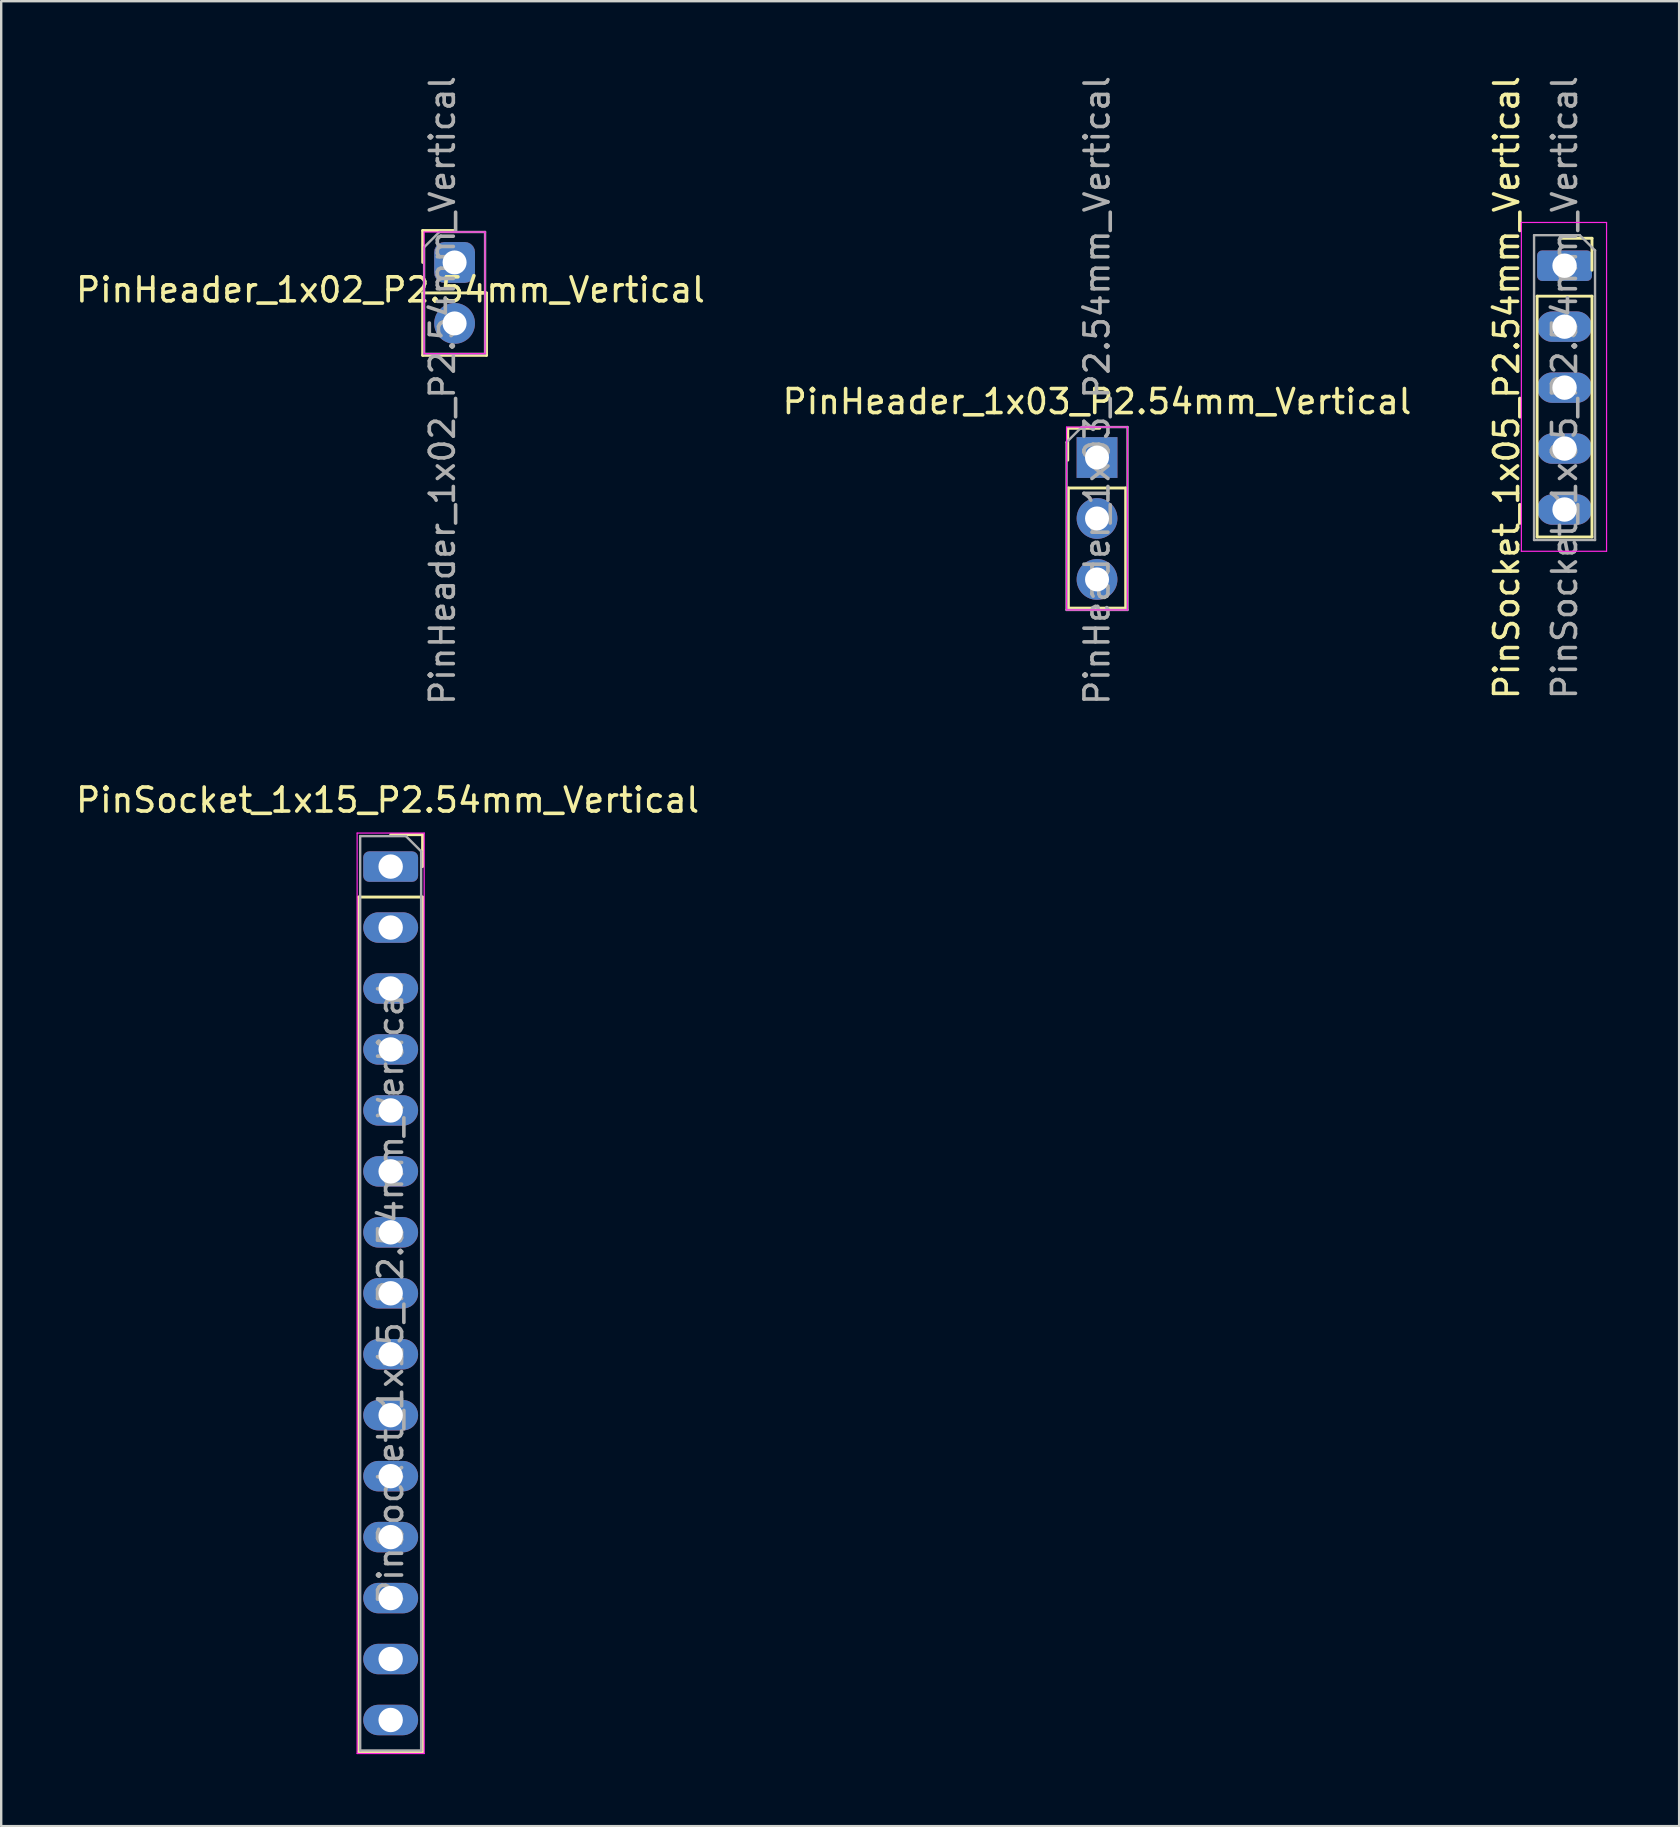
<source format=kicad_pcb>
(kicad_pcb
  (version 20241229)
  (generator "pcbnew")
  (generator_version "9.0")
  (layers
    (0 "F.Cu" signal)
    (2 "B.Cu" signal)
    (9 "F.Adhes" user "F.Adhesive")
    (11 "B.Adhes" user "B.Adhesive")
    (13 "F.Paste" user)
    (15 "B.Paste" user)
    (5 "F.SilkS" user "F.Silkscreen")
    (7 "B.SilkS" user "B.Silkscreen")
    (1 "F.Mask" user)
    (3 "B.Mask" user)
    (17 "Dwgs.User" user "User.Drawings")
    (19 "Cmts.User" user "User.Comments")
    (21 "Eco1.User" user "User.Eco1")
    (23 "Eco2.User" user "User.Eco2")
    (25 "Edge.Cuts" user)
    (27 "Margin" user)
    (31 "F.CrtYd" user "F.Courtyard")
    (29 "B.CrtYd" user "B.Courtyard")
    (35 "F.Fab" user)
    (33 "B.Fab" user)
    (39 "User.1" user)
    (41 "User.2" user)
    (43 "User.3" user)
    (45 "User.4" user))
  (footprint "PinHeader_1x03_P2.54mm_Vertical"
    (layer "F.Cu")
    (at 42.661 16.014)
    (property "Reference" "PinHeader_1x03_P2.54mm_Vertical" (at 0 -2.33 180) (layer "F.SilkS") (effects (font (size 1 1) (thickness 0.15))))
    (attr through_hole)
    (fp_line (start -1.219 -1.219) (end 0.111 -1.219) (stroke (width 0.12) (type solid)) (layer "F.SilkS"))
    (fp_line (start -1.219 0.111) (end -1.219 -1.219) (stroke (width 0.12) (type solid)) (layer "F.SilkS"))
    (fp_line (start -1.194 1.27) (end -1.194 6.274) (stroke (width 0.12) (type solid)) (layer "F.SilkS"))
    (fp_line (start -1.194 1.27) (end 1.194 1.27) (stroke (width 0.12) (type solid)) (layer "F.SilkS"))
    (fp_line (start -1.194 6.274) (end 1.194 6.274) (stroke (width 0.12) (type solid)) (layer "F.SilkS"))
    (fp_line (start 1.194 1.27) (end 1.194 6.274) (stroke (width 0.12) (type solid)) (layer "F.SilkS"))
    (fp_line (start -1.27 -1.27) (end -1.27 6.35) (stroke (width 0.05) (type solid)) (layer "F.CrtYd"))
    (fp_line (start -1.27 6.35) (end 1.27 6.35) (stroke (width 0.05) (type solid)) (layer "F.CrtYd"))
    (fp_line (start 1.27 -1.27) (end -1.27 -1.27) (stroke (width 0.05) (type solid)) (layer "F.CrtYd"))
    (fp_line (start 1.27 6.35) (end 1.27 -1.27) (stroke (width 0.05) (type solid)) (layer "F.CrtYd"))
    (fp_line (start -1.27 -0.635) (end -0.635 -1.27) (stroke (width 0.1) (type solid)) (layer "F.Fab"))
    (fp_line (start -1.27 6.35) (end -1.27 -0.635) (stroke (width 0.1) (type solid)) (layer "F.Fab"))
    (fp_line (start -0.635 -1.27) (end 1.27 -1.27) (stroke (width 0.1) (type solid)) (layer "F.Fab"))
    (fp_line (start 1.27 -1.27) (end 1.27 6.35) (stroke (width 0.1) (type solid)) (layer "F.Fab"))
    (fp_line (start 1.27 6.35) (end -1.27 6.35) (stroke (width 0.1) (type solid)) (layer "F.Fab"))
    (fp_text user "${REFERENCE}" (at 0 -2.794 90) (layer "F.Fab") (effects (font (size 1 1) (thickness 0.15))))
    (pad "1" thru_hole rect (at 0 0) (size 1.7 1.7) (drill 1) (layers "*.Cu" "*.Mask"))
    (pad "2" thru_hole oval (at 0 2.54) (size 1.7 1.7) (drill 1) (layers "*.Cu" "*.Mask"))
    (pad "3" thru_hole oval (at 0 5.08) (size 1.7 1.7) (drill 1) (layers "*.Cu" "*.Mask")))
  (footprint "PinSocket_1x05_P2.54mm_Vertical"
    (layer "F.Cu")
    (at 62.142 8.021)
    (property "Reference" "PinSocket_1x05_P2.54mm_Vertical" (at -2.413 5.08 270) (layer "F.SilkS") (effects (font (size 1 1) (thickness 0.15))))
    (attr through_hole)
    (fp_line (start -1.143 1.27) (end -1.143 11.303) (stroke (width 0.12) (type solid)) (layer "F.SilkS"))
    (fp_line (start -1.143 1.27) (end 1.143 1.27) (stroke (width 0.12) (type solid)) (layer "F.SilkS"))
    (fp_line (start -1.143 11.303) (end 1.143 11.303) (stroke (width 0.12) (type solid)) (layer "F.SilkS"))
    (fp_line (start -0.187 -1.143) (end 1.143 -1.143) (stroke (width 0.12) (type solid)) (layer "F.SilkS"))
    (fp_line (start 1.143 -1.143) (end 1.143 0.187) (stroke (width 0.12) (type solid)) (layer "F.SilkS"))
    (fp_line (start 1.143 1.27) (end 1.143 11.303) (stroke (width 0.12) (type solid)) (layer "F.SilkS"))
    (fp_line (start -1.8 -1.8) (end 1.75 -1.8) (stroke (width 0.05) (type solid)) (layer "F.CrtYd"))
    (fp_line (start -1.8 11.9) (end -1.8 -1.8) (stroke (width 0.05) (type solid)) (layer "F.CrtYd"))
    (fp_line (start 1.75 -1.8) (end 1.75 11.9) (stroke (width 0.05) (type solid)) (layer "F.CrtYd"))
    (fp_line (start 1.75 11.9) (end -1.8 11.9) (stroke (width 0.05) (type solid)) (layer "F.CrtYd"))
    (fp_line (start -1.27 -1.27) (end 0.635 -1.27) (stroke (width 0.1) (type solid)) (layer "F.Fab"))
    (fp_line (start -1.27 11.43) (end -1.27 -1.27) (stroke (width 0.1) (type solid)) (layer "F.Fab"))
    (fp_line (start 0.635 -1.27) (end 1.27 -0.635) (stroke (width 0.1) (type solid)) (layer "F.Fab"))
    (fp_line (start 1.27 -0.635) (end 1.27 11.43) (stroke (width 0.1) (type solid)) (layer "F.Fab"))
    (fp_line (start 1.27 11.43) (end -1.27 11.43) (stroke (width 0.1) (type solid)) (layer "F.Fab"))
    (fp_text user "${REFERENCE}" (at 0 5.08 90) (layer "F.Fab") (effects (font (size 1 1) (thickness 0.15))))
    (pad "1" thru_hole roundrect (at 0 0) (size 2.286 1.27) (drill 1.016) (layers "*.Cu" "*.Mask") (roundrect_rratio 0.164))
    (pad "2" thru_hole oval (at 0 2.54) (size 2.286 1.27) (drill 1.016) (layers "*.Cu" "*.Mask"))
    (pad "3" thru_hole oval (at 0 5.08) (size 2.286 1.27) (drill 1.016) (layers "*.Cu" "*.Mask"))
    (pad "4" thru_hole oval (at 0 7.62) (size 2.286 1.27) (drill 1.016) (layers "*.Cu" "*.Mask"))
    (pad "5" thru_hole oval (at 0 10.16) (size 2.286 1.27) (drill 1.016) (layers "*.Cu" "*.Mask")))
  (footprint "PinHeader_1x02_P2.54mm_Vertical"
    (layer "F.Cu")
    (at 15.892 7.886)
    (property "Reference" "PinHeader_1x02_P2.54mm_Vertical" (at -2.672 1.143 0) (unlocked yes) (layer "F.SilkS") (effects (font (size 1 1) (thickness 0.15))))
    (attr through_hole)
    (fp_line (start -1.33 -1.33) (end 0 -1.33) (stroke (width 0.12) (type solid)) (layer "F.SilkS"))
    (fp_line (start -1.33 0) (end -1.33 -1.33) (stroke (width 0.12) (type solid)) (layer "F.SilkS"))
    (fp_line (start -1.33 1.27) (end -1.33 3.87) (stroke (width 0.12) (type solid)) (layer "F.SilkS"))
    (fp_line (start -1.33 1.27) (end 1.33 1.27) (stroke (width 0.12) (type solid)) (layer "F.SilkS"))
    (fp_line (start -1.33 3.87) (end 1.33 3.87) (stroke (width 0.12) (type solid)) (layer "F.SilkS"))
    (fp_line (start 1.33 1.27) (end 1.33 3.87) (stroke (width 0.12) (type solid)) (layer "F.SilkS"))
    (fp_line (start -1.27 -1.27) (end -1.27 3.8) (stroke (width 0.05) (type solid)) (layer "F.CrtYd"))
    (fp_line (start -1.27 3.8) (end 1.27 3.8) (stroke (width 0.05) (type solid)) (layer "F.CrtYd"))
    (fp_line (start 1.27 -1.27) (end -1.27 -1.27) (stroke (width 0.05) (type solid)) (layer "F.CrtYd"))
    (fp_line (start 1.27 3.8) (end 1.27 -1.27) (stroke (width 0.05) (type solid)) (layer "F.CrtYd"))
    (fp_line (start -1.27 -0.635) (end -0.635 -1.27) (stroke (width 0.1) (type solid)) (layer "F.Fab"))
    (fp_line (start -1.27 3.81) (end -1.27 -0.635) (stroke (width 0.1) (type solid)) (layer "F.Fab"))
    (fp_line (start -0.635 -1.27) (end 1.27 -1.27) (stroke (width 0.1) (type solid)) (layer "F.Fab"))
    (fp_line (start 1.27 -1.27) (end 1.27 3.81) (stroke (width 0.1) (type solid)) (layer "F.Fab"))
    (fp_line (start 1.27 3.81) (end -1.27 3.81) (stroke (width 0.1) (type solid)) (layer "F.Fab"))
    (fp_text user "${REFERENCE}" (at -0.508 5.334 90) (layer "F.Fab") (effects (font (size 1 1) (thickness 0.15))))
    (pad "1" thru_hole roundrect (at 0 0 180) (size 1.7 1.7) (drill 1) (layers "*.Cu" "*.Mask") (roundrect_rratio 0.25))
    (pad "2" thru_hole oval (at 0 2.54 180) (size 1.7 1.7) (drill 1) (layers "*.Cu" "*.Mask")))
  (footprint "PinSocket_1x15_P2.54mm_Vertical"
    (layer "F.Cu")
    (at 13.228 33.059)
    (property "Reference" "PinSocket_1x15_P2.54mm_Vertical" (at -0.127 -2.77 180) (layer "F.SilkS") (effects (font (size 1 1) (thickness 0.15))))
    (attr through_hole)
    (fp_line (start -1.33 1.27) (end -1.33 36.89) (stroke (width 0.12) (type solid)) (layer "F.SilkS"))
    (fp_line (start -1.33 1.27) (end 1.33 1.27) (stroke (width 0.12) (type solid)) (layer "F.SilkS"))
    (fp_line (start -1.33 36.89) (end 1.33 36.89) (stroke (width 0.12) (type solid)) (layer "F.SilkS"))
    (fp_line (start 0 -1.33) (end 1.33 -1.33) (stroke (width 0.12) (type solid)) (layer "F.SilkS"))
    (fp_line (start 1.33 -1.33) (end 1.33 0) (stroke (width 0.12) (type solid)) (layer "F.SilkS"))
    (fp_line (start 1.33 1.27) (end 1.33 36.89) (stroke (width 0.12) (type solid)) (layer "F.SilkS"))
    (fp_line (start -1.397 -1.397) (end 1.397 -1.397) (stroke (width 0.05) (type solid)) (layer "F.CrtYd"))
    (fp_line (start -1.397 36.957) (end -1.397 -1.397) (stroke (width 0.05) (type solid)) (layer "F.CrtYd"))
    (fp_line (start 1.397 -1.397) (end 1.397 36.957) (stroke (width 0.05) (type solid)) (layer "F.CrtYd"))
    (fp_line (start 1.397 36.957) (end -1.397 36.957) (stroke (width 0.05) (type solid)) (layer "F.CrtYd"))
    (fp_line (start -1.27 -1.27) (end 0.635 -1.27) (stroke (width 0.1) (type solid)) (layer "F.Fab"))
    (fp_line (start -1.27 36.83) (end -1.27 -1.27) (stroke (width 0.1) (type solid)) (layer "F.Fab"))
    (fp_line (start 0.635 -1.27) (end 1.27 -0.635) (stroke (width 0.1) (type solid)) (layer "F.Fab"))
    (fp_line (start 1.27 -0.635) (end 1.27 36.83) (stroke (width 0.1) (type solid)) (layer "F.Fab"))
    (fp_line (start 1.27 36.83) (end -1.27 36.83) (stroke (width 0.1) (type solid)) (layer "F.Fab"))
    (fp_text user "${REFERENCE}" (at 0 17.78 90) (layer "F.Fab") (effects (font (size 1 1) (thickness 0.15))))
    (pad "1" thru_hole roundrect (at 0 0) (size 2.286 1.27) (drill 1.016) (layers "*.Cu" "*.Mask") (roundrect_rratio 0.197))
    (pad "2" thru_hole oval (at 0 2.54) (size 2.286 1.27) (drill 1.016) (layers "*.Cu" "*.Mask"))
    (pad "3" thru_hole oval (at 0 5.08) (size 2.286 1.27) (drill 1.016) (layers "*.Cu" "*.Mask"))
    (pad "4" thru_hole oval (at 0 7.62) (size 2.286 1.27) (drill 1.016) (layers "*.Cu" "*.Mask"))
    (pad "5" thru_hole oval (at 0 10.16) (size 2.286 1.27) (drill 1.016) (layers "*.Cu" "*.Mask"))
    (pad "6" thru_hole oval (at 0 12.7) (size 2.286 1.27) (drill 1.016) (layers "*.Cu" "*.Mask"))
    (pad "7" thru_hole oval (at 0 15.24) (size 2.286 1.27) (drill 1.016) (layers "*.Cu" "*.Mask"))
    (pad "8" thru_hole oval (at 0 17.78) (size 2.286 1.27) (drill 1.016) (layers "*.Cu" "*.Mask"))
    (pad "9" thru_hole oval (at 0 20.32) (size 2.286 1.27) (drill 1.016) (layers "*.Cu" "*.Mask"))
    (pad "10" thru_hole oval (at 0 22.86) (size 2.286 1.27) (drill 1.016) (layers "*.Cu" "*.Mask"))
    (pad "11" thru_hole oval (at 0 25.4) (size 2.286 1.27) (drill 1.016) (layers "*.Cu" "*.Mask"))
    (pad "12" thru_hole oval (at 0 27.94) (size 2.286 1.27) (drill 1.016) (layers "*.Cu" "*.Mask"))
    (pad "13" thru_hole oval (at 0 30.48) (size 2.286 1.27) (drill 1.016) (layers "*.Cu" "*.Mask"))
    (pad "14" thru_hole oval (at 0 33.02) (size 2.286 1.27) (drill 1.016) (layers "*.Cu" "*.Mask"))
    (pad "15" thru_hole oval (at 0 35.56) (size 2.286 1.27) (drill 1.016) (layers "*.Cu" "*.Mask")))
  (gr_rect
    (start -3 -3)
    (end 66.917 73.041)
    (stroke (width 0.1) (type default))
    (fill no)
    (layer "Edge.Cuts")))
</source>
